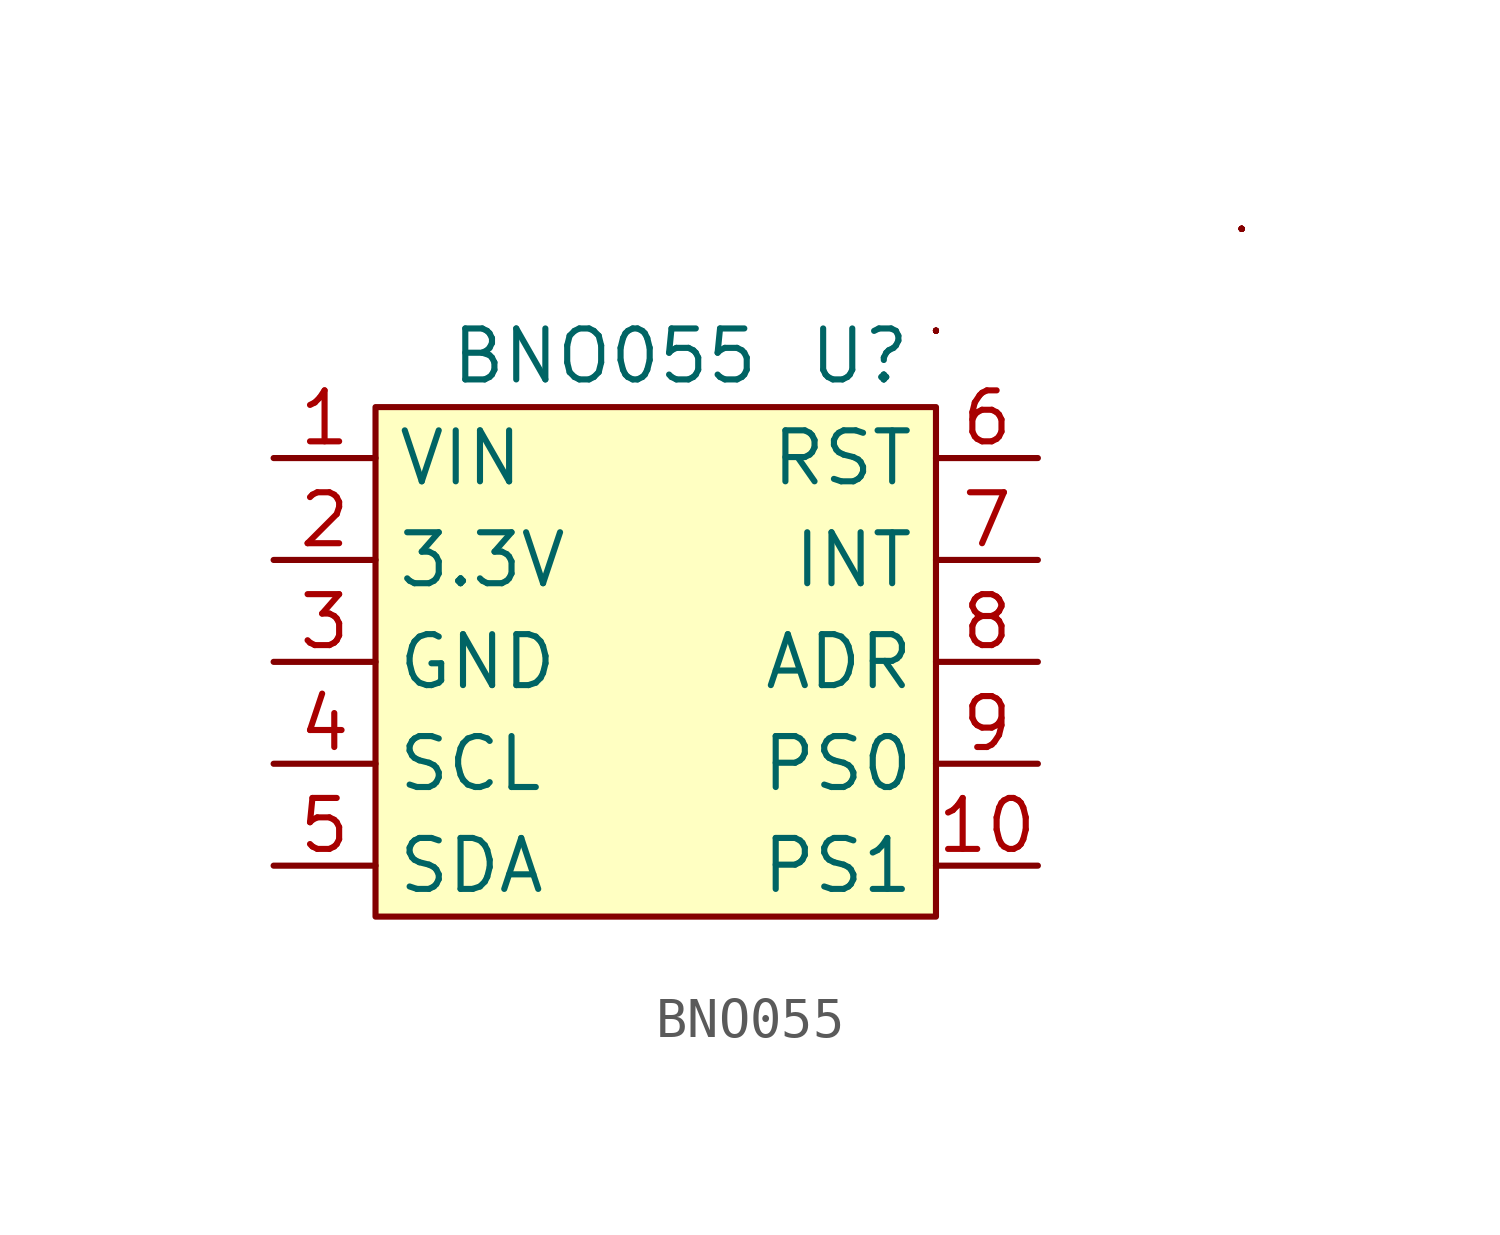
<source format=kicad_sym>
(kicad_symbol_lib
  (version 20211014)
  (generator kicad_symbol_editor)
  (symbol "BNO055"
    (property "Reference" "U"
      (at 4.445 7.62 0)
      (effects (font (size 1.27 1.27))))
    (property "Value" "BNO055"
      (at -1.905 7.62 0)
      (effects (font (size 1.27 1.27))))
    (symbol "BNO055_0_1"
      (rectangle (start -7.62 6.35) (end 6.35 -6.35) (stroke (width 0) (type default) (color 0 0 0 0)) (fill (type background)))
      (rectangle (start 6.35 8.255) (end 6.35 8.255) (stroke (width 0) (type default) (color 0 0 0 0)) (fill (type none)))
      (rectangle (start 6.35 8.255) (end 6.35 8.255) (stroke (width 0) (type default) (color 0 0 0 0)) (fill (type none)))
      (rectangle (start 6.35 8.255) (end 6.35 8.255) (stroke (width 0) (type default) (color 0 0 0 0)) (fill (type none)))
      (rectangle (start 6.35 8.255) (end 6.35 8.255) (stroke (width 0) (type default) (color 0 0 0 0)) (fill (type none)))
      (rectangle (start 6.35 8.255) (end 6.35 8.255) (stroke (width 0) (type default) (color 0 0 0 0)) (fill (type none)))
      (rectangle (start 6.35 8.255) (end 6.35 8.255) (stroke (width 0) (type default) (color 0 0 0 0)) (fill (type none)))
      (rectangle (start 6.35 8.255) (end 6.35 8.255) (stroke (width 0) (type default) (color 0 0 0 0)) (fill (type none)))
      (rectangle (start 6.35 8.255) (end 6.35 8.255) (stroke (width 0) (type default) (color 0 0 0 0)) (fill (type none)))
      (rectangle (start 13.97 10.795) (end 13.97 10.795) (stroke (width 0) (type default) (color 0 0 0 0)) (fill (type none)))
      (rectangle (start 13.97 10.795) (end 13.97 10.795) (stroke (width 0) (type default) (color 0 0 0 0)) (fill (type none)))
      (rectangle (start 13.97 10.795) (end 13.97 10.795) (stroke (width 0) (type default) (color 0 0 0 0)) (fill (type none)))
      (rectangle (start 13.97 10.795) (end 13.97 10.795) (stroke (width 0) (type default) (color 0 0 0 0)) (fill (type none)))
      (rectangle (start 13.97 10.795) (end 13.97 10.795) (stroke (width 0) (type default) (color 0 0 0 0)) (fill (type none)))
      (rectangle (start 13.97 10.795) (end 13.97 10.795) (stroke (width 0) (type default) (color 0 0 0 0)) (fill (type none)))
      (rectangle (start 13.97 10.795) (end 13.97 10.795) (stroke (width 0) (type default) (color 0 0 0 0)) (fill (type none)))
      (rectangle (start 13.97 10.795) (end 13.97 10.795) (stroke (width 0) (type default) (color 0 0 0 0)) (fill (type none)))
      (rectangle (start 13.97 10.795) (end 13.97 10.795) (stroke (width 0) (type default) (color 0 0 0 0)) (fill (type none)))
      (rectangle (start 13.97 10.795) (end 13.97 10.795) (stroke (width 0) (type default) (color 0 0 0 0)) (fill (type none)))
      (rectangle (start 13.97 10.795) (end 13.97 10.795) (stroke (width 0) (type default) (color 0 0 0 0)) (fill (type none)))
      (rectangle (start 13.97 10.795) (end 13.97 10.795) (stroke (width 0) (type default) (color 0 0 0 0)) (fill (type none))))
    (symbol "BNO055_1_1"
      (pin input line (at -10.16 5.08 0) (length 2.54) (name "VIN" (effects (font (size 1.27 1.27)))) (number "1" (effects (font (size 1.27 1.27)))))
      (pin input line (at 8.89 -5.08 180) (length 2.54) (name "PS1" (effects (font (size 1.27 1.27)))) (number "10" (effects (font (size 1.27 1.27)))))
      (pin output line (at -10.16 2.54 0) (length 2.54) (name "3.3V" (effects (font (size 1.27 1.27)))) (number "2" (effects (font (size 1.27 1.27)))))
      (pin power_in line (at -10.16 0 0) (length 2.54) (name "GND" (effects (font (size 1.27 1.27)))) (number "3" (effects (font (size 1.27 1.27)))))
      (pin input line (at -10.16 -2.54 0) (length 2.54) (name "SCL" (effects (font (size 1.27 1.27)))) (number "4" (effects (font (size 1.27 1.27)))))
      (pin bidirectional line (at -10.16 -5.08 0) (length 2.54) (name "SDA" (effects (font (size 1.27 1.27)))) (number "5" (effects (font (size 1.27 1.27)))))
      (pin input line (at 8.89 5.08 180) (length 2.54) (name "RST" (effects (font (size 1.27 1.27)))) (number "6" (effects (font (size 1.27 1.27)))))
      (pin output line (at 8.89 2.54 180) (length 2.54) (name "INT" (effects (font (size 1.27 1.27)))) (number "7" (effects (font (size 1.27 1.27)))))
      (pin input line (at 8.89 0 180) (length 2.54) (name "ADR" (effects (font (size 1.27 1.27)))) (number "8" (effects (font (size 1.27 1.27)))))
      (pin input line (at 8.89 -2.54 180) (length 2.54) (name "PS0" (effects (font (size 1.27 1.27)))) (number "9" (effects (font (size 1.27 1.27))))))))
</source>
